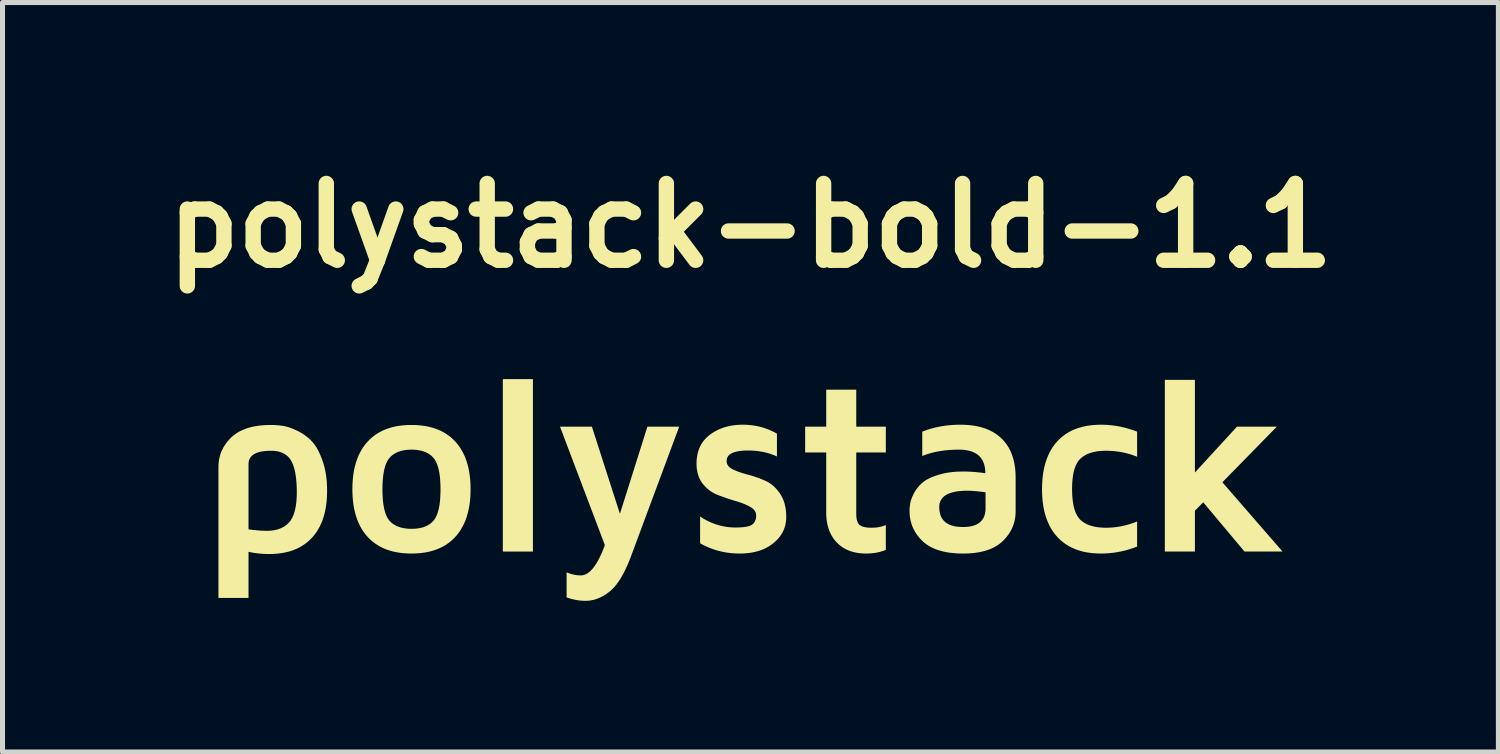
<source format=kicad_pcb>
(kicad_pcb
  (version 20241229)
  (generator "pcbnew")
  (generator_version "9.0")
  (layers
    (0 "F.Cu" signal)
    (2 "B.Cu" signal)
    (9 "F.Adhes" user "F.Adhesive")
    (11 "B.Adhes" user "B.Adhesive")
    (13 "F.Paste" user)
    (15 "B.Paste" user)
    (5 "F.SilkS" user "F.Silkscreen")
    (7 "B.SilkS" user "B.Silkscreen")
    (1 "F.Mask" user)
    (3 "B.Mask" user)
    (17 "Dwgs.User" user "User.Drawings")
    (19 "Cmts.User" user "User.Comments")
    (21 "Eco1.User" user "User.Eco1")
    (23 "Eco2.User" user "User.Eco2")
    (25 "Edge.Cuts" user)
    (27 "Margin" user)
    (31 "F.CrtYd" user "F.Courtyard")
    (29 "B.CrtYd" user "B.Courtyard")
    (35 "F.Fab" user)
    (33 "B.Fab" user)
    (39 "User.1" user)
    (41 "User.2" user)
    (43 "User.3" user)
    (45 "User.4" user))
  (footprint "polystack-bold-1.1"
    (layer "F.Cu")
    (at 11.844 6.674)
    (property "Reference" "polystack-bold-1.1" (at 0 -5.248 0) (layer "F.SilkS") (effects (font (size 1.524 1.524) (thickness 0.305))))
    (attr smd)
    (fp_poly (pts (xy -4.915 1.222) (xy -4.915 -2.2) (xy -4.318 -2.2) (xy -4.318 1.222) (xy -4.915 1.222)) (stroke (width 0) (type solid)) (fill yes) (layer "F.SilkS"))
    (fp_poly (pts (xy 8.223 1.222) (xy 8.223 -2.185) (xy 8.82 -2.185) (xy 8.82 -0.347) (xy 9.654 -1.256) (xy 10.445 -1.256) (xy 9.365 -0.153) (xy 10.559 1.222) (xy 9.804 1.222) (xy 8.985 0.245) (xy 8.82 0.412) (xy 8.82 1.222) (xy 8.223 1.222)) (stroke (width 0) (type solid)) (fill yes) (layer "F.SilkS"))
    (fp_poly (pts (xy 1.085 -0.745) (xy 1.085 -1.256) (xy 1.503 -1.256) (xy 1.503 -1.991) (xy 2.099 -1.991) (xy 2.099 -1.256) (xy 2.686 -1.256) (xy 2.686 -0.745) (xy 2.099 -0.745) (xy 2.099 0.478) (xy 2.1 0.516) (xy 2.103 0.551) (xy 2.108 0.583) (xy 2.116 0.612) (xy 2.125 0.637) (xy 2.136 0.659) (xy 2.149 0.678) (xy 2.165 0.694) (xy 2.181 0.705) (xy 2.2 0.716) (xy 2.221 0.725) (xy 2.245 0.732) (xy 2.272 0.738) (xy 2.3 0.743) (xy 2.332 0.747) (xy 2.366 0.749) (xy 2.402 0.749) (xy 2.434 0.749) (xy 2.465 0.747) (xy 2.495 0.745) (xy 2.525 0.741) (xy 2.553 0.736) (xy 2.581 0.73) (xy 2.609 0.723) (xy 2.635 0.715) (xy 2.661 0.706) (xy 2.686 0.696) (xy 2.686 1.188) (xy 2.659 1.199) (xy 2.632 1.209) (xy 2.604 1.218) (xy 2.576 1.226) (xy 2.547 1.234) (xy 2.518 1.24) (xy 2.489 1.246) (xy 2.459 1.25) (xy 2.429 1.254) (xy 2.399 1.257) (xy 2.368 1.259) (xy 2.337 1.261) (xy 2.305 1.261) (xy 2.293 1.261) (xy 2.26 1.261) (xy 2.227 1.259) (xy 2.196 1.257) (xy 2.164 1.254) (xy 2.134 1.25) (xy 2.104 1.245) (xy 2.075 1.239) (xy 2.046 1.232) (xy 2.018 1.225) (xy 1.991 1.216) (xy 1.964 1.207) (xy 1.938 1.196) (xy 1.913 1.185) (xy 1.888 1.173) (xy 1.864 1.16) (xy 1.84 1.146) (xy 1.818 1.131) (xy 1.795 1.115) (xy 1.774 1.098) (xy 1.753 1.081) (xy 1.733 1.062) (xy 1.714 1.043) (xy 1.696 1.024) (xy 1.678 1.004) (xy 1.662 0.983) (xy 1.646 0.962) (xy 1.632 0.94) (xy 1.618 0.918) (xy 1.605 0.895) (xy 1.592 0.871) (xy 1.581 0.847) (xy 1.57 0.822) (xy 1.56 0.796) (xy 1.551 0.77) (xy 1.542 0.743) (xy 1.535 0.716) (xy 1.528 0.688) (xy 1.522 0.659) (xy 1.517 0.63) (xy 1.512 0.6) (xy 1.509 0.57) (xy 1.506 0.539) (xy 1.504 0.507) (xy 1.503 0.474) (xy 1.503 0.441) (xy 1.503 -0.745) (xy 1.085 -0.745)) (stroke (width 0) (type solid)) (fill yes) (layer "F.SilkS"))
    (fp_poly (pts (xy -3.78 -1.256) (xy -3.147 -1.256) (xy -2.591 0.473) (xy -2.046 -1.256) (xy -1.415 -1.256) (xy -2.359 1.283) (xy -2.372 1.32) (xy -2.386 1.356) (xy -2.4 1.391) (xy -2.414 1.425) (xy -2.428 1.459) (xy -2.442 1.492) (xy -2.457 1.523) (xy -2.471 1.554) (xy -2.485 1.585) (xy -2.5 1.614) (xy -2.514 1.642) (xy -2.529 1.67) (xy -2.544 1.697) (xy -2.559 1.723) (xy -2.573 1.748) (xy -2.588 1.772) (xy -2.603 1.795) (xy -2.619 1.818) (xy -2.634 1.84) (xy -2.649 1.861) (xy -2.664 1.881) (xy -2.68 1.9) (xy -2.695 1.918) (xy -2.711 1.936) (xy -2.727 1.952) (xy -2.743 1.968) (xy -2.758 1.983) (xy -2.774 1.997) (xy -2.79 2.011) (xy -2.816 2.031) (xy -2.842 2.05) (xy -2.868 2.068) (xy -2.895 2.085) (xy -2.921 2.101) (xy -2.947 2.116) (xy -2.974 2.129) (xy -3.001 2.141) (xy -3.027 2.152) (xy -3.054 2.162) (xy -3.081 2.171) (xy -3.108 2.179) (xy -3.136 2.185) (xy -3.163 2.19) (xy -3.19 2.195) (xy -3.218 2.197) (xy -3.245 2.199) (xy -3.273 2.2) (xy -3.301 2.199) (xy -3.33 2.198) (xy -3.358 2.196) (xy -3.387 2.193) (xy -3.416 2.19) (xy -3.445 2.185) (xy -3.474 2.18) (xy -3.503 2.174) (xy -3.532 2.167) (xy -3.561 2.16) (xy -3.59 2.151) (xy -3.62 2.142) (xy -3.649 2.132) (xy -3.649 1.635) (xy -3.62 1.646) (xy -3.592 1.656) (xy -3.564 1.666) (xy -3.535 1.673) (xy -3.507 1.68) (xy -3.479 1.686) (xy -3.451 1.69) (xy -3.423 1.693) (xy -3.395 1.695) (xy -3.368 1.695) (xy -3.35 1.695) (xy -3.332 1.692) (xy -3.315 1.689) (xy -3.297 1.684) (xy -3.28 1.677) (xy -3.263 1.67) (xy -3.246 1.66) (xy -3.229 1.65) (xy -3.212 1.637) (xy -3.195 1.624) (xy -3.178 1.609) (xy -3.161 1.592) (xy -3.144 1.574) (xy -3.128 1.555) (xy -3.111 1.534) (xy -3.095 1.512) (xy -3.079 1.489) (xy -3.062 1.464) (xy -3.046 1.437) (xy -3.03 1.409) (xy -3.014 1.38) (xy -2.998 1.349) (xy -2.983 1.317) (xy -2.967 1.283) (xy -2.951 1.248) (xy -2.936 1.212) (xy -2.92 1.174) (xy -2.905 1.135) (xy -2.89 1.094) (xy -3.78 -1.256)) (stroke (width 0) (type solid)) (fill yes) (layer "F.SilkS"))
    (fp_poly (pts (xy 5.786 -0.015) (xy 5.786 -0.05) (xy 5.787 -0.085) (xy 5.788 -0.119) (xy 5.79 -0.153) (xy 5.792 -0.186) (xy 5.795 -0.219) (xy 5.798 -0.251) (xy 5.802 -0.283) (xy 5.806 -0.315) (xy 5.81 -0.346) (xy 5.816 -0.376) (xy 5.821 -0.406) (xy 5.827 -0.436) (xy 5.834 -0.465) (xy 5.841 -0.493) (xy 5.849 -0.521) (xy 5.857 -0.549) (xy 5.866 -0.576) (xy 5.875 -0.603) (xy 5.885 -0.629) (xy 5.895 -0.655) (xy 5.905 -0.68) (xy 5.917 -0.705) (xy 5.928 -0.729) (xy 5.94 -0.753) (xy 5.953 -0.776) (xy 5.966 -0.799) (xy 5.98 -0.822) (xy 5.994 -0.844) (xy 6.008 -0.865) (xy 6.023 -0.886) (xy 6.039 -0.907) (xy 6.055 -0.927) (xy 6.072 -0.946) (xy 6.089 -0.965) (xy 6.107 -0.985) (xy 6.127 -1.004) (xy 6.146 -1.023) (xy 6.166 -1.04) (xy 6.187 -1.058) (xy 6.208 -1.074) (xy 6.229 -1.09) (xy 6.251 -1.106) (xy 6.274 -1.121) (xy 6.297 -1.135) (xy 6.32 -1.149) (xy 6.344 -1.162) (xy 6.368 -1.174) (xy 6.393 -1.186) (xy 6.419 -1.197) (xy 6.444 -1.208) (xy 6.471 -1.218) (xy 6.497 -1.227) (xy 6.525 -1.236) (xy 6.553 -1.244) (xy 6.581 -1.252) (xy 6.609 -1.258) (xy 6.639 -1.265) (xy 6.668 -1.271) (xy 6.699 -1.276) (xy 6.729 -1.28) (xy 6.76 -1.284) (xy 6.792 -1.288) (xy 6.824 -1.29) (xy 6.857 -1.292) (xy 6.89 -1.294) (xy 6.923 -1.295) (xy 6.957 -1.295) (xy 6.987 -1.295) (xy 7.018 -1.294) (xy 7.048 -1.293) (xy 7.078 -1.291) (xy 7.108 -1.289) (xy 7.138 -1.286) (xy 7.168 -1.283) (xy 7.198 -1.28) (xy 7.228 -1.276) (xy 7.258 -1.271) (xy 7.288 -1.266) (xy 7.318 -1.261) (xy 7.348 -1.255) (xy 7.377 -1.248) (xy 7.407 -1.241) (xy 7.437 -1.234) (xy 7.466 -1.226) (xy 7.496 -1.217) (xy 7.526 -1.208) (xy 7.555 -1.199) (xy 7.584 -1.189) (xy 7.614 -1.179) (xy 7.643 -1.168) (xy 7.673 -1.157) (xy 7.673 -0.66) (xy 7.645 -0.671) (xy 7.616 -0.681) (xy 7.588 -0.691) (xy 7.56 -0.701) (xy 7.531 -0.71) (xy 7.503 -0.718) (xy 7.474 -0.726) (xy 7.445 -0.733) (xy 7.416 -0.74) (xy 7.386 -0.746) (xy 7.357 -0.752) (xy 7.328 -0.757) (xy 7.298 -0.761) (xy 7.268 -0.765) (xy 7.238 -0.769) (xy 7.209 -0.772) (xy 7.178 -0.774) (xy 7.148 -0.776) (xy 7.118 -0.777) (xy 7.087 -0.778) (xy 7.057 -0.779) (xy 7.021 -0.778) (xy 6.986 -0.777) (xy 6.953 -0.775) (xy 6.92 -0.772) (xy 6.889 -0.768) (xy 6.858 -0.763) (xy 6.828 -0.757) (xy 6.8 -0.751) (xy 6.772 -0.743) (xy 6.745 -0.735) (xy 6.719 -0.726) (xy 6.694 -0.716) (xy 6.67 -0.705) (xy 6.647 -0.693) (xy 6.625 -0.68) (xy 6.604 -0.667) (xy 6.584 -0.652) (xy 6.565 -0.637) (xy 6.547 -0.621) (xy 6.533 -0.606) (xy 6.519 -0.59) (xy 6.505 -0.573) (xy 6.493 -0.555) (xy 6.481 -0.535) (xy 6.47 -0.514) (xy 6.459 -0.492) (xy 6.449 -0.469) (xy 6.44 -0.444) (xy 6.431 -0.419) (xy 6.424 -0.392) (xy 6.416 -0.364) (xy 6.41 -0.334) (xy 6.404 -0.304) (xy 6.399 -0.272) (xy 6.395 -0.239) (xy 6.391 -0.204) (xy 6.388 -0.169) (xy 6.385 -0.132) (xy 6.384 -0.094) (xy 6.383 -0.055) (xy 6.382 -0.015) (xy 6.383 0.025) (xy 6.384 0.064) (xy 6.385 0.102) (xy 6.388 0.138) (xy 6.391 0.174) (xy 6.395 0.208) (xy 6.399 0.24) (xy 6.404 0.272) (xy 6.41 0.303) (xy 6.416 0.332) (xy 6.424 0.36) (xy 6.431 0.387) (xy 6.44 0.413) (xy 6.449 0.438) (xy 6.459 0.461) (xy 6.47 0.483) (xy 6.481 0.504) (xy 6.493 0.524) (xy 6.505 0.543) (xy 6.519 0.56) (xy 6.533 0.577) (xy 6.547 0.592) (xy 6.565 0.608) (xy 6.584 0.623) (xy 6.604 0.638) (xy 6.625 0.651) (xy 6.647 0.664) (xy 6.67 0.676) (xy 6.694 0.687) (xy 6.719 0.697) (xy 6.745 0.706) (xy 6.772 0.714) (xy 6.8 0.721) (xy 6.828 0.728) (xy 6.858 0.734) (xy 6.889 0.739) (xy 6.92 0.742) (xy 6.953 0.745) (xy 6.986 0.748) (xy 7.021 0.749) (xy 7.057 0.749) (xy 7.086 0.749) (xy 7.115 0.748) (xy 7.145 0.747) (xy 7.174 0.745) (xy 7.203 0.742) (xy 7.233 0.739) (xy 7.262 0.736) (xy 7.291 0.731) (xy 7.321 0.727) (xy 7.35 0.721) (xy 7.379 0.715) (xy 7.409 0.709) (xy 7.438 0.702) (xy 7.467 0.694) (xy 7.497 0.686) (xy 7.526 0.678) (xy 7.555 0.668) (xy 7.585 0.659) (xy 7.614 0.648) (xy 7.643 0.637) (xy 7.673 0.626) (xy 7.673 1.123) (xy 7.643 1.134) (xy 7.614 1.145) (xy 7.584 1.155) (xy 7.555 1.165) (xy 7.526 1.175) (xy 7.496 1.183) (xy 7.466 1.192) (xy 7.437 1.2) (xy 7.407 1.207) (xy 7.377 1.214) (xy 7.348 1.221) (xy 7.318 1.227) (xy 7.288 1.232) (xy 7.258 1.237) (xy 7.228 1.242) (xy 7.198 1.246) (xy 7.168 1.249) (xy 7.138 1.253) (xy 7.108 1.255) (xy 7.078 1.257) (xy 7.048 1.259) (xy 7.018 1.26) (xy 6.987 1.261) (xy 6.957 1.261) (xy 6.923 1.261) (xy 6.89 1.26) (xy 6.857 1.258) (xy 6.824 1.256) (xy 6.792 1.254) (xy 6.76 1.25) (xy 6.729 1.246) (xy 6.699 1.242) (xy 6.668 1.237) (xy 6.639 1.231) (xy 6.609 1.225) (xy 6.581 1.218) (xy 6.553 1.21) (xy 6.525 1.202) (xy 6.497 1.193) (xy 6.471 1.184) (xy 6.444 1.174) (xy 6.419 1.163) (xy 6.393 1.152) (xy 6.368 1.14) (xy 6.344 1.128) (xy 6.32 1.115) (xy 6.297 1.101) (xy 6.274 1.087) (xy 6.251 1.072) (xy 6.229 1.056) (xy 6.208 1.04) (xy 6.187 1.024) (xy 6.166 1.006) (xy 6.146 0.989) (xy 6.127 0.97) (xy 6.107 0.951) (xy 6.089 0.931) (xy 6.072 0.912) (xy 6.055 0.893) (xy 6.039 0.873) (xy 6.023 0.852) (xy 6.008 0.831) (xy 5.994 0.81) (xy 5.98 0.788) (xy 5.966 0.766) (xy 5.953 0.743) (xy 5.94 0.719) (xy 5.928 0.696) (xy 5.917 0.671) (xy 5.905 0.647) (xy 5.895 0.622) (xy 5.885 0.596) (xy 5.875 0.57) (xy 5.866 0.543) (xy 5.857 0.516) (xy 5.849 0.489) (xy 5.841 0.461) (xy 5.834 0.432) (xy 5.827 0.404) (xy 5.821 0.374) (xy 5.816 0.344) (xy 5.81 0.314) (xy 5.806 0.283) (xy 5.802 0.252) (xy 5.798 0.22) (xy 5.795 0.188) (xy 5.792 0.156) (xy 5.79 0.123) (xy 5.788 0.089) (xy 5.787 0.055) (xy 5.786 0.02) (xy 5.786 -0.015)) (stroke (width 0) (type solid)) (fill yes) (layer "F.SilkS"))
    (fp_poly (pts (xy -10.559 2.142) (xy -9.928 0.786) (xy -9.895 0.79) (xy -9.862 0.794) (xy -9.83 0.797) (xy -9.798 0.8) (xy -9.767 0.803) (xy -9.737 0.805) (xy -9.708 0.807) (xy -9.679 0.808) (xy -9.651 0.809) (xy -9.623 0.81) (xy -9.596 0.81) (xy -9.562 0.81) (xy -9.53 0.808) (xy -9.498 0.805) (xy -9.468 0.801) (xy -9.438 0.796) (xy -9.409 0.789) (xy -9.382 0.782) (xy -9.355 0.773) (xy -9.329 0.763) (xy -9.304 0.752) (xy -9.28 0.74) (xy -9.257 0.727) (xy -9.235 0.712) (xy -9.214 0.697) (xy -9.194 0.68) (xy -9.175 0.662) (xy -9.157 0.643) (xy -9.143 0.627) (xy -9.13 0.61) (xy -9.118 0.592) (xy -9.106 0.573) (xy -9.095 0.552) (xy -9.085 0.531) (xy -9.075 0.509) (xy -9.066 0.485) (xy -9.057 0.461) (xy -9.05 0.435) (xy -9.042 0.409) (xy -9.036 0.381) (xy -9.03 0.352) (xy -9.024 0.323) (xy -9.02 0.292) (xy -9.015 0.26) (xy -9.012 0.227) (xy -9.009 0.193) (xy -9.007 0.158) (xy -9.005 0.122) (xy -9.004 0.085) (xy -9.004 0.046) (xy -9.004 0.007) (xy -9.005 -0.031) (xy -9.006 -0.068) (xy -9.008 -0.104) (xy -9.01 -0.14) (xy -9.013 -0.174) (xy -9.016 -0.207) (xy -9.019 -0.239) (xy -9.023 -0.27) (xy -9.028 -0.301) (xy -9.033 -0.33) (xy -9.038 -0.358) (xy -9.044 -0.385) (xy -9.05 -0.411) (xy -9.057 -0.436) (xy -9.064 -0.46) (xy -9.072 -0.484) (xy -9.08 -0.506) (xy -9.089 -0.527) (xy -9.098 -0.547) (xy -9.108 -0.566) (xy -9.118 -0.584) (xy -9.132 -0.607) (xy -9.147 -0.627) (xy -9.164 -0.647) (xy -9.181 -0.665) (xy -9.2 -0.682) (xy -9.22 -0.697) (xy -9.241 -0.711) (xy -9.263 -0.724) (xy -9.286 -0.735) (xy -9.311 -0.745) (xy -9.337 -0.754) (xy -9.364 -0.762) (xy -9.392 -0.768) (xy -9.421 -0.772) (xy -9.451 -0.776) (xy -9.483 -0.778) (xy -9.516 -0.778) (xy -9.554 -0.778) (xy -9.59 -0.776) (xy -9.625 -0.774) (xy -9.658 -0.77) (xy -9.689 -0.766) (xy -9.718 -0.76) (xy -9.746 -0.754) (xy -9.772 -0.746) (xy -9.797 -0.738) (xy -9.82 -0.728) (xy -9.841 -0.717) (xy -9.86 -0.706) (xy -9.878 -0.693) (xy -9.894 -0.68) (xy -9.908 -0.665) (xy -9.921 -0.649) (xy -9.932 -0.633) (xy -9.941 -0.615) (xy -9.949 -0.596) (xy -9.955 -0.577) (xy -9.959 -0.556) (xy -9.961 -0.534) (xy -9.962 -0.512) (xy -9.962 0.781) (xy -9.962 0.781) (xy -9.928 0.786) (xy -10.559 2.142) (xy -10.559 -0.456) (xy -10.558 -0.486) (xy -10.557 -0.515) (xy -10.554 -0.544) (xy -10.551 -0.572) (xy -10.547 -0.6) (xy -10.541 -0.628) (xy -10.535 -0.655) (xy -10.528 -0.682) (xy -10.52 -0.709) (xy -10.511 -0.735) (xy -10.501 -0.761) (xy -10.489 -0.786) (xy -10.477 -0.812) (xy -10.464 -0.836) (xy -10.45 -0.861) (xy -10.436 -0.885) (xy -10.42 -0.908) (xy -10.403 -0.932) (xy -10.385 -0.955) (xy -10.366 -0.977) (xy -10.346 -1) (xy -10.326 -1.021) (xy -10.304 -1.043) (xy -10.286 -1.06) (xy -10.267 -1.076) (xy -10.248 -1.091) (xy -10.228 -1.106) (xy -10.207 -1.121) (xy -10.186 -1.135) (xy -10.164 -1.148) (xy -10.141 -1.161) (xy -10.118 -1.173) (xy -10.094 -1.184) (xy -10.07 -1.195) (xy -10.044 -1.205) (xy -10.019 -1.215) (xy -9.992 -1.224) (xy -9.965 -1.233) (xy -9.937 -1.241) (xy -9.908 -1.248) (xy -9.879 -1.255) (xy -9.85 -1.261) (xy -9.819 -1.266) (xy -9.788 -1.271) (xy -9.756 -1.276) (xy -9.724 -1.28) (xy -9.691 -1.283) (xy -9.657 -1.286) (xy -9.623 -1.288) (xy -9.588 -1.289) (xy -9.552 -1.29) (xy -9.516 -1.29) (xy -9.485 -1.29) (xy -9.454 -1.289) (xy -9.423 -1.288) (xy -9.393 -1.285) (xy -9.362 -1.283) (xy -9.332 -1.279) (xy -9.301 -1.275) (xy -9.271 -1.271) (xy -9.246 -1.266) (xy -9.22 -1.26) (xy -9.193 -1.253) (xy -9.165 -1.245) (xy -9.137 -1.236) (xy -9.108 -1.225) (xy -9.078 -1.213) (xy -9.047 -1.199) (xy -9.015 -1.185) (xy -8.982 -1.169) (xy -8.955 -1.155) (xy -8.928 -1.14) (xy -8.902 -1.125) (xy -8.876 -1.109) (xy -8.851 -1.092) (xy -8.827 -1.074) (xy -8.804 -1.056) (xy -8.781 -1.037) (xy -8.759 -1.018) (xy -8.737 -0.998) (xy -8.716 -0.977) (xy -8.696 -0.955) (xy -8.68 -0.937) (xy -8.665 -0.918) (xy -8.65 -0.898) (xy -8.635 -0.877) (xy -8.62 -0.854) (xy -8.606 -0.831) (xy -8.592 -0.806) (xy -8.578 -0.781) (xy -8.565 -0.754) (xy -8.552 -0.726) (xy -8.539 -0.697) (xy -8.526 -0.667) (xy -8.514 -0.636) (xy -8.502 -0.603) (xy -8.49 -0.57) (xy -8.481 -0.544) (xy -8.473 -0.519) (xy -8.466 -0.492) (xy -8.458 -0.466) (xy -8.452 -0.439) (xy -8.445 -0.411) (xy -8.44 -0.383) (xy -8.434 -0.355) (xy -8.429 -0.327) (xy -8.424 -0.298) (xy -8.42 -0.268) (xy -8.417 -0.238) (xy -8.413 -0.208) (xy -8.41 -0.177) (xy -8.408 -0.146) (xy -8.406 -0.115) (xy -8.405 -0.083) (xy -8.403 -0.051) (xy -8.403 -0.018) (xy -8.403 0.015) (xy -8.403 0.05) (xy -8.404 0.085) (xy -8.405 0.119) (xy -8.407 0.153) (xy -8.409 0.187) (xy -8.412 0.22) (xy -8.415 0.252) (xy -8.419 0.284) (xy -8.424 0.316) (xy -8.428 0.347) (xy -8.434 0.378) (xy -8.44 0.408) (xy -8.446 0.437) (xy -8.453 0.466) (xy -8.461 0.495) (xy -8.469 0.523) (xy -8.477 0.551) (xy -8.486 0.578) (xy -8.496 0.604) (xy -8.506 0.631) (xy -8.516 0.656) (xy -8.528 0.682) (xy -8.539 0.706) (xy -8.551 0.731) (xy -8.564 0.754) (xy -8.577 0.777) (xy -8.591 0.8) (xy -8.605 0.823) (xy -8.62 0.844) (xy -8.635 0.866) (xy -8.651 0.886) (xy -8.667 0.907) (xy -8.684 0.927) (xy -8.701 0.946) (xy -8.719 0.965) (xy -8.738 0.984) (xy -8.757 1.002) (xy -8.777 1.02) (xy -8.797 1.037) (xy -8.818 1.053) (xy -8.839 1.069) (xy -8.861 1.084) (xy -8.883 1.099) (xy -8.905 1.113) (xy -8.928 1.127) (xy -8.952 1.139) (xy -8.976 1.152) (xy -9 1.163) (xy -9.025 1.174) (xy -9.051 1.185) (xy -9.077 1.195) (xy -9.103 1.204) (xy -9.13 1.213) (xy -9.157 1.221) (xy -9.185 1.228) (xy -9.213 1.235) (xy -9.242 1.241) (xy -9.271 1.247) (xy -9.3 1.252) (xy -9.331 1.256) (xy -9.361 1.26) (xy -9.392 1.264) (xy -9.424 1.266) (xy -9.456 1.268) (xy -9.488 1.27) (xy -9.521 1.271) (xy -9.555 1.271) (xy -9.584 1.271) (xy -9.614 1.27) (xy -9.644 1.269) (xy -9.673 1.267) (xy -9.702 1.265) (xy -9.732 1.263) (xy -9.761 1.26) (xy -9.79 1.257) (xy -9.819 1.253) (xy -9.848 1.249) (xy -9.876 1.244) (xy -9.905 1.239) (xy -9.934 1.233) (xy -9.962 1.227) (xy -9.962 2.142) (xy -10.559 2.142) (xy -10.559 2.142)) (stroke (width 0) (type solid)) (fill yes) (layer "F.SilkS"))
    (fp_poly (pts (xy -1.071 -0.521) (xy -1.07 -0.554) (xy -1.069 -0.585) (xy -1.066 -0.616) (xy -1.063 -0.646) (xy -1.058 -0.676) (xy -1.053 -0.704) (xy -1.047 -0.733) (xy -1.039 -0.76) (xy -1.031 -0.787) (xy -1.021 -0.813) (xy -1.011 -0.839) (xy -0.999 -0.864) (xy -0.987 -0.888) (xy -0.974 -0.911) (xy -0.959 -0.934) (xy -0.944 -0.957) (xy -0.928 -0.978) (xy -0.91 -0.999) (xy -0.892 -1.019) (xy -0.873 -1.039) (xy -0.852 -1.058) (xy -0.831 -1.076) (xy -0.809 -1.094) (xy -0.787 -1.11) (xy -0.764 -1.126) (xy -0.741 -1.141) (xy -0.717 -1.155) (xy -0.693 -1.169) (xy -0.669 -1.182) (xy -0.644 -1.194) (xy -0.618 -1.206) (xy -0.593 -1.217) (xy -0.566 -1.227) (xy -0.54 -1.236) (xy -0.512 -1.245) (xy -0.485 -1.253) (xy -0.457 -1.26) (xy -0.428 -1.267) (xy -0.399 -1.273) (xy -0.37 -1.278) (xy -0.34 -1.283) (xy -0.31 -1.286) (xy -0.279 -1.29) (xy -0.248 -1.292) (xy -0.216 -1.294) (xy -0.184 -1.295) (xy -0.152 -1.295) (xy -0.121 -1.295) (xy -0.091 -1.294) (xy -0.06 -1.292) (xy -0.03 -1.29) (xy -0.001 -1.287) (xy 0.029 -1.284) (xy 0.058 -1.28) (xy 0.087 -1.275) (xy 0.116 -1.27) (xy 0.145 -1.264) (xy 0.174 -1.258) (xy 0.202 -1.251) (xy 0.23 -1.243) (xy 0.258 -1.235) (xy 0.286 -1.226) (xy 0.313 -1.216) (xy 0.34 -1.206) (xy 0.367 -1.196) (xy 0.394 -1.184) (xy 0.421 -1.172) (xy 0.447 -1.16) (xy 0.473 -1.146) (xy 0.499 -1.133) (xy 0.525 -1.118) (xy 0.525 -0.665) (xy 0.5 -0.676) (xy 0.474 -0.687) (xy 0.448 -0.698) (xy 0.421 -0.707) (xy 0.395 -0.717) (xy 0.368 -0.725) (xy 0.34 -0.733) (xy 0.312 -0.741) (xy 0.284 -0.747) (xy 0.256 -0.754) (xy 0.227 -0.759) (xy 0.198 -0.764) (xy 0.168 -0.769) (xy 0.139 -0.773) (xy 0.109 -0.776) (xy 0.078 -0.779) (xy 0.047 -0.781) (xy 0.016 -0.782) (xy -0.015 -0.783) (xy -0.047 -0.783) (xy -0.087 -0.783) (xy -0.125 -0.782) (xy -0.161 -0.779) (xy -0.194 -0.776) (xy -0.226 -0.772) (xy -0.256 -0.766) (xy -0.284 -0.76) (xy -0.311 -0.753) (xy -0.335 -0.745) (xy -0.357 -0.736) (xy -0.377 -0.726) (xy -0.396 -0.715) (xy -0.412 -0.703) (xy -0.427 -0.691) (xy -0.439 -0.677) (xy -0.45 -0.662) (xy -0.459 -0.647) (xy -0.465 -0.63) (xy -0.47 -0.613) (xy -0.473 -0.594) (xy -0.474 -0.575) (xy -0.472 -0.549) (xy -0.467 -0.525) (xy -0.457 -0.503) (xy -0.444 -0.481) (xy -0.427 -0.462) (xy -0.406 -0.443) (xy -0.381 -0.426) (xy -0.353 -0.41) (xy -0.33 -0.399) (xy -0.307 -0.389) (xy -0.283 -0.379) (xy -0.258 -0.369) (xy -0.232 -0.359) (xy -0.205 -0.35) (xy -0.177 -0.341) (xy -0.148 -0.332) (xy -0.119 -0.323) (xy -0.088 -0.314) (xy -0.057 -0.306) (xy -0.028 -0.298) (xy 0.001 -0.29) (xy 0.03 -0.282) (xy 0.059 -0.273) (xy 0.088 -0.263) (xy 0.117 -0.253) (xy 0.146 -0.243) (xy 0.175 -0.232) (xy 0.204 -0.221) (xy 0.232 -0.209) (xy 0.261 -0.197) (xy 0.29 -0.184) (xy 0.315 -0.173) (xy 0.339 -0.161) (xy 0.362 -0.147) (xy 0.385 -0.133) (xy 0.408 -0.117) (xy 0.43 -0.1) (xy 0.451 -0.082) (xy 0.472 -0.064) (xy 0.492 -0.044) (xy 0.512 -0.022) (xy 0.531 -0.000319) (xy 0.55 0.023) (xy 0.568 0.047) (xy 0.586 0.073) (xy 0.6 0.094) (xy 0.613 0.117) (xy 0.626 0.14) (xy 0.637 0.164) (xy 0.648 0.188) (xy 0.658 0.214) (xy 0.667 0.239) (xy 0.675 0.266) (xy 0.682 0.293) (xy 0.688 0.321) (xy 0.694 0.35) (xy 0.699 0.379) (xy 0.703 0.409) (xy 0.706 0.44) (xy 0.708 0.471) (xy 0.709 0.503) (xy 0.709 0.536) (xy 0.709 0.566) (xy 0.707 0.595) (xy 0.704 0.623) (xy 0.7 0.651) (xy 0.695 0.679) (xy 0.689 0.706) (xy 0.681 0.733) (xy 0.672 0.759) (xy 0.663 0.785) (xy 0.652 0.81) (xy 0.64 0.834) (xy 0.626 0.859) (xy 0.612 0.882) (xy 0.596 0.906) (xy 0.579 0.929) (xy 0.562 0.951) (xy 0.543 0.973) (xy 0.522 0.994) (xy 0.501 1.015) (xy 0.478 1.035) (xy 0.455 1.055) (xy 0.433 1.072) (xy 0.412 1.088) (xy 0.389 1.103) (xy 0.366 1.118) (xy 0.342 1.132) (xy 0.318 1.145) (xy 0.294 1.158) (xy 0.268 1.17) (xy 0.242 1.181) (xy 0.216 1.191) (xy 0.189 1.201) (xy 0.161 1.21) (xy 0.133 1.218) (xy 0.104 1.225) (xy 0.075 1.232) (xy 0.045 1.238) (xy 0.015 1.244) (xy -0.016 1.248) (xy -0.048 1.252) (xy -0.08 1.255) (xy -0.113 1.258) (xy -0.146 1.26) (xy -0.18 1.261) (xy -0.215 1.261) (xy -0.245 1.261) (xy -0.275 1.26) (xy -0.305 1.259) (xy -0.335 1.257) (xy -0.365 1.255) (xy -0.394 1.252) (xy -0.424 1.248) (xy -0.453 1.245) (xy -0.482 1.24) (xy -0.511 1.235) (xy -0.54 1.23) (xy -0.568 1.224) (xy -0.596 1.217) (xy -0.625 1.21) (xy -0.653 1.203) (xy -0.68 1.195) (xy -0.708 1.186) (xy -0.735 1.177) (xy -0.763 1.167) (xy -0.79 1.157) (xy -0.817 1.147) (xy -0.844 1.135) (xy -0.87 1.124) (xy -0.897 1.111) (xy -0.923 1.099) (xy -0.949 1.086) (xy -0.975 1.072) (xy -1 1.057) (xy -1 0.526) (xy -0.974 0.543) (xy -0.948 0.56) (xy -0.921 0.576) (xy -0.895 0.591) (xy -0.868 0.605) (xy -0.841 0.619) (xy -0.813 0.631) (xy -0.786 0.644) (xy -0.759 0.655) (xy -0.731 0.666) (xy -0.703 0.676) (xy -0.676 0.686) (xy -0.647 0.694) (xy -0.619 0.702) (xy -0.591 0.71) (xy -0.562 0.716) (xy -0.534 0.722) (xy -0.505 0.727) (xy -0.476 0.732) (xy -0.447 0.736) (xy -0.418 0.739) (xy -0.389 0.741) (xy -0.359 0.743) (xy -0.329 0.744) (xy -0.3 0.745) (xy -0.258 0.744) (xy -0.219 0.743) (xy -0.182 0.741) (xy -0.148 0.738) (xy -0.116 0.734) (xy -0.087 0.73) (xy -0.061 0.725) (xy -0.037 0.719) (xy -0.015 0.712) (xy 0.004 0.704) (xy 0.021 0.696) (xy 0.035 0.686) (xy 0.053 0.67) (xy 0.069 0.652) (xy 0.082 0.633) (xy 0.093 0.611) (xy 0.102 0.588) (xy 0.108 0.563) (xy 0.112 0.536) (xy 0.113 0.507) (xy 0.111 0.483) (xy 0.107 0.461) (xy 0.099 0.439) (xy 0.088 0.418) (xy 0.075 0.399) (xy 0.058 0.381) (xy 0.038 0.364) (xy 0.015 0.347) (xy -0.011 0.332) (xy -0.033 0.32) (xy -0.057 0.308) (xy -0.081 0.297) (xy -0.106 0.285) (xy -0.132 0.275) (xy -0.159 0.264) (xy -0.187 0.254) (xy -0.216 0.244) (xy -0.245 0.234) (xy -0.275 0.225) (xy -0.307 0.216) (xy -0.336 0.207) (xy -0.364 0.198) (xy -0.393 0.189) (xy -0.422 0.18) (xy -0.451 0.17) (xy -0.48 0.161) (xy -0.509 0.151) (xy -0.537 0.14) (xy -0.566 0.13) (xy -0.595 0.119) (xy -0.625 0.108) (xy -0.654 0.097) (xy -0.68 0.086) (xy -0.705 0.074) (xy -0.731 0.061) (xy -0.755 0.047) (xy -0.779 0.032) (xy -0.802 0.016) (xy -0.825 -0.001) (xy -0.847 -0.02) (xy -0.869 -0.039) (xy -0.89 -0.059) (xy -0.91 -0.08) (xy -0.93 -0.103) (xy -0.95 -0.126) (xy -0.965 -0.147) (xy -0.98 -0.17) (xy -0.993 -0.192) (xy -1.006 -0.216) (xy -1.017 -0.24) (xy -1.027 -0.265) (xy -1.036 -0.291) (xy -1.044 -0.317) (xy -1.051 -0.344) (xy -1.057 -0.372) (xy -1.062 -0.4) (xy -1.066 -0.43) (xy -1.069 -0.46) (xy -1.07 -0.49) (xy -1.071 -0.521)) (stroke (width 0) (type solid)) (fill yes) (layer "F.SilkS"))
    (fp_poly (pts (xy 3.157 0.412) (xy 3.746 0.337) (xy 3.747 0.365) (xy 3.748 0.392) (xy 3.751 0.418) (xy 3.756 0.443) (xy 3.761 0.466) (xy 3.767 0.489) (xy 3.775 0.511) (xy 3.784 0.532) (xy 3.794 0.552) (xy 3.806 0.571) (xy 3.818 0.588) (xy 3.832 0.605) (xy 3.847 0.621) (xy 3.863 0.635) (xy 3.88 0.649) (xy 3.899 0.662) (xy 3.918 0.673) (xy 3.939 0.684) (xy 3.961 0.694) (xy 3.985 0.702) (xy 4.009 0.71) (xy 4.035 0.717) (xy 4.062 0.722) (xy 4.09 0.727) (xy 4.119 0.73) (xy 4.15 0.733) (xy 4.181 0.734) (xy 4.214 0.735) (xy 4.219 0.735) (xy 4.251 0.734) (xy 4.283 0.733) (xy 4.313 0.73) (xy 4.341 0.727) (xy 4.369 0.722) (xy 4.395 0.716) (xy 4.42 0.71) (xy 4.444 0.702) (xy 4.467 0.693) (xy 4.488 0.683) (xy 4.508 0.672) (xy 4.527 0.661) (xy 4.545 0.648) (xy 4.562 0.634) (xy 4.577 0.619) (xy 4.591 0.603) (xy 4.604 0.586) (xy 4.616 0.568) (xy 4.626 0.549) (xy 4.635 0.529) (xy 4.643 0.507) (xy 4.65 0.485) (xy 4.655 0.462) (xy 4.66 0.438) (xy 4.663 0.413) (xy 4.665 0.386) (xy 4.665 0.359) (xy 4.665 0.046) (xy 4.631 0.041) (xy 4.597 0.037) (xy 4.565 0.033) (xy 4.533 0.03) (xy 4.502 0.026) (xy 4.472 0.024) (xy 4.442 0.021) (xy 4.414 0.019) (xy 4.386 0.017) (xy 4.36 0.016) (xy 4.334 0.015) (xy 4.309 0.015) (xy 4.271 0.015) (xy 4.234 0.016) (xy 4.199 0.018) (xy 4.165 0.021) (xy 4.132 0.024) (xy 4.101 0.028) (xy 4.071 0.033) (xy 4.042 0.039) (xy 4.015 0.046) (xy 3.989 0.053) (xy 3.964 0.061) (xy 3.94 0.07) (xy 3.918 0.079) (xy 3.898 0.09) (xy 3.878 0.101) (xy 3.86 0.113) (xy 3.843 0.125) (xy 3.828 0.139) (xy 3.814 0.153) (xy 3.801 0.168) (xy 3.79 0.184) (xy 3.78 0.2) (xy 3.771 0.218) (xy 3.763 0.236) (xy 3.757 0.254) (xy 3.752 0.274) (xy 3.749 0.294) (xy 3.747 0.315) (xy 3.746 0.337) (xy 3.746 0.337) (xy 3.157 0.412) (xy 3.157 0.382) (xy 3.159 0.352) (xy 3.162 0.321) (xy 3.166 0.29) (xy 3.171 0.259) (xy 3.176 0.236) (xy 3.183 0.211) (xy 3.192 0.184) (xy 3.203 0.155) (xy 3.215 0.125) (xy 3.23 0.094) (xy 3.246 0.061) (xy 3.261 0.035) (xy 3.277 0.009) (xy 3.293 -0.015) (xy 3.311 -0.039) (xy 3.33 -0.062) (xy 3.35 -0.085) (xy 3.371 -0.107) (xy 3.393 -0.128) (xy 3.416 -0.148) (xy 3.435 -0.163) (xy 3.455 -0.177) (xy 3.476 -0.191) (xy 3.499 -0.205) (xy 3.523 -0.218) (xy 3.548 -0.231) (xy 3.575 -0.244) (xy 3.604 -0.256) (xy 3.633 -0.268) (xy 3.665 -0.279) (xy 3.697 -0.29) (xy 3.731 -0.301) (xy 3.756 -0.308) (xy 3.782 -0.315) (xy 3.807 -0.322) (xy 3.834 -0.328) (xy 3.861 -0.334) (xy 3.888 -0.339) (xy 3.916 -0.344) (xy 3.944 -0.348) (xy 3.973 -0.352) (xy 4.003 -0.355) (xy 4.033 -0.358) (xy 4.063 -0.361) (xy 4.094 -0.363) (xy 4.126 -0.364) (xy 4.158 -0.365) (xy 4.191 -0.366) (xy 4.224 -0.366) (xy 4.251 -0.366) (xy 4.279 -0.366) (xy 4.306 -0.365) (xy 4.334 -0.364) (xy 4.363 -0.362) (xy 4.391 -0.361) (xy 4.42 -0.359) (xy 4.449 -0.357) (xy 4.479 -0.354) (xy 4.508 -0.351) (xy 4.538 -0.348) (xy 4.568 -0.345) (xy 4.599 -0.341) (xy 4.629 -0.337) (xy 4.66 -0.332) (xy 4.66 -0.36) (xy 4.658 -0.387) (xy 4.656 -0.414) (xy 4.653 -0.439) (xy 4.648 -0.463) (xy 4.643 -0.487) (xy 4.637 -0.51) (xy 4.629 -0.532) (xy 4.621 -0.553) (xy 4.612 -0.573) (xy 4.602 -0.592) (xy 4.591 -0.611) (xy 4.579 -0.628) (xy 4.566 -0.645) (xy 4.552 -0.661) (xy 4.537 -0.676) (xy 4.521 -0.69) (xy 4.504 -0.704) (xy 4.486 -0.716) (xy 4.467 -0.728) (xy 4.447 -0.738) (xy 4.426 -0.748) (xy 4.405 -0.757) (xy 4.382 -0.766) (xy 4.358 -0.773) (xy 4.334 -0.779) (xy 4.308 -0.785) (xy 4.281 -0.79) (xy 4.254 -0.794) (xy 4.225 -0.797) (xy 4.196 -0.799) (xy 4.165 -0.8) (xy 4.134 -0.8) (xy 4.101 -0.8) (xy 4.068 -0.8) (xy 4.035 -0.799) (xy 4.003 -0.797) (xy 3.972 -0.795) (xy 3.94 -0.793) (xy 3.909 -0.79) (xy 3.878 -0.787) (xy 3.848 -0.784) (xy 3.818 -0.78) (xy 3.788 -0.776) (xy 3.759 -0.771) (xy 3.73 -0.766) (xy 3.701 -0.761) (xy 3.673 -0.755) (xy 3.645 -0.749) (xy 3.617 -0.742) (xy 3.59 -0.735) (xy 3.563 -0.728) (xy 3.536 -0.72) (xy 3.51 -0.711) (xy 3.484 -0.703) (xy 3.459 -0.694) (xy 3.434 -0.684) (xy 3.409 -0.674) (xy 3.409 -1.157) (xy 3.435 -1.167) (xy 3.462 -1.177) (xy 3.489 -1.187) (xy 3.516 -1.196) (xy 3.543 -1.205) (xy 3.571 -1.213) (xy 3.598 -1.221) (xy 3.626 -1.229) (xy 3.655 -1.236) (xy 3.683 -1.243) (xy 3.712 -1.249) (xy 3.741 -1.255) (xy 3.77 -1.261) (xy 3.799 -1.266) (xy 3.828 -1.27) (xy 3.858 -1.275) (xy 3.888 -1.279) (xy 3.918 -1.282) (xy 3.949 -1.285) (xy 3.979 -1.288) (xy 4.01 -1.29) (xy 4.041 -1.292) (xy 4.073 -1.293) (xy 4.104 -1.294) (xy 4.136 -1.295) (xy 4.168 -1.295) (xy 4.203 -1.295) (xy 4.238 -1.294) (xy 4.272 -1.292) (xy 4.305 -1.29) (xy 4.338 -1.288) (xy 4.37 -1.284) (xy 4.402 -1.28) (xy 4.433 -1.276) (xy 4.464 -1.271) (xy 4.494 -1.265) (xy 4.524 -1.259) (xy 4.553 -1.252) (xy 4.581 -1.244) (xy 4.609 -1.236) (xy 4.637 -1.227) (xy 4.663 -1.218) (xy 4.69 -1.208) (xy 4.715 -1.197) (xy 4.741 -1.186) (xy 4.765 -1.174) (xy 4.789 -1.162) (xy 4.813 -1.149) (xy 4.836 -1.135) (xy 4.858 -1.121) (xy 4.88 -1.107) (xy 4.901 -1.091) (xy 4.922 -1.075) (xy 4.942 -1.059) (xy 4.961 -1.041) (xy 4.98 -1.024) (xy 4.999 -1.005) (xy 5.017 -0.987) (xy 5.034 -0.967) (xy 5.05 -0.947) (xy 5.066 -0.927) (xy 5.082 -0.906) (xy 5.096 -0.885) (xy 5.11 -0.863) (xy 5.124 -0.84) (xy 5.137 -0.817) (xy 5.149 -0.793) (xy 5.161 -0.769) (xy 5.171 -0.745) (xy 5.182 -0.719) (xy 5.191 -0.694) (xy 5.201 -0.667) (xy 5.209 -0.641) (xy 5.217 -0.613) (xy 5.224 -0.585) (xy 5.231 -0.557) (xy 5.236 -0.528) (xy 5.242 -0.498) (xy 5.246 -0.468) (xy 5.251 -0.438) (xy 5.254 -0.406) (xy 5.257 -0.375) (xy 5.259 -0.342) (xy 5.261 -0.31) (xy 5.261 -0.276) (xy 5.262 -0.243) (xy 5.262 0.427) (xy 5.261 0.456) (xy 5.26 0.486) (xy 5.257 0.514) (xy 5.254 0.543) (xy 5.25 0.571) (xy 5.244 0.599) (xy 5.238 0.626) (xy 5.231 0.653) (xy 5.222 0.68) (xy 5.213 0.706) (xy 5.203 0.732) (xy 5.192 0.758) (xy 5.18 0.783) (xy 5.167 0.808) (xy 5.152 0.833) (xy 5.137 0.857) (xy 5.121 0.881) (xy 5.104 0.904) (xy 5.086 0.927) (xy 5.067 0.95) (xy 5.047 0.972) (xy 5.027 0.995) (xy 5.005 1.016) (xy 4.987 1.033) (xy 4.968 1.049) (xy 4.949 1.064) (xy 4.929 1.079) (xy 4.909 1.093) (xy 4.887 1.107) (xy 4.866 1.12) (xy 4.843 1.133) (xy 4.82 1.145) (xy 4.796 1.156) (xy 4.772 1.167) (xy 4.747 1.177) (xy 4.721 1.187) (xy 4.694 1.196) (xy 4.667 1.204) (xy 4.64 1.212) (xy 4.611 1.219) (xy 4.582 1.226) (xy 4.552 1.232) (xy 4.522 1.238) (xy 4.491 1.243) (xy 4.459 1.247) (xy 4.427 1.251) (xy 4.394 1.254) (xy 4.36 1.257) (xy 4.326 1.259) (xy 4.291 1.26) (xy 4.255 1.261) (xy 4.219 1.261) (xy 4.183 1.261) (xy 4.147 1.26) (xy 4.113 1.259) (xy 4.078 1.257) (xy 4.045 1.254) (xy 4.012 1.251) (xy 3.98 1.248) (xy 3.948 1.244) (xy 3.917 1.239) (xy 3.887 1.234) (xy 3.857 1.228) (xy 3.828 1.222) (xy 3.8 1.215) (xy 3.772 1.207) (xy 3.745 1.199) (xy 3.718 1.191) (xy 3.692 1.182) (xy 3.667 1.172) (xy 3.642 1.162) (xy 3.618 1.151) (xy 3.595 1.14) (xy 3.572 1.128) (xy 3.55 1.116) (xy 3.529 1.103) (xy 3.508 1.089) (xy 3.488 1.075) (xy 3.468 1.061) (xy 3.45 1.046) (xy 3.431 1.03) (xy 3.414 1.014) (xy 3.392 0.992) (xy 3.371 0.97) (xy 3.351 0.947) (xy 3.332 0.925) (xy 3.314 0.901) (xy 3.297 0.877) (xy 3.281 0.853) (xy 3.266 0.829) (xy 3.252 0.804) (xy 3.239 0.778) (xy 3.227 0.753) (xy 3.215 0.727) (xy 3.205 0.7) (xy 3.196 0.673) (xy 3.188 0.646) (xy 3.18 0.618) (xy 3.174 0.59) (xy 3.169 0.561) (xy 3.164 0.532) (xy 3.161 0.503) (xy 3.159 0.473) (xy 3.157 0.443) (xy 3.157 0.412) (xy 3.157 0.412)) (stroke (width 0) (type solid)) (fill yes) (layer "F.SilkS"))
    (fp_poly (pts (xy -7.597 0.931) (xy -7.262 -0.428) (xy -7.269 -0.4) (xy -7.275 -0.371) (xy -7.28 -0.341) (xy -7.285 -0.309) (xy -7.29 -0.276) (xy -7.293 -0.242) (xy -7.297 -0.207) (xy -7.299 -0.171) (xy -7.301 -0.133) (xy -7.303 -0.094) (xy -7.304 -0.054) (xy -7.304 -0.012) (xy -7.304 0.029) (xy -7.303 0.069) (xy -7.301 0.108) (xy -7.299 0.146) (xy -7.297 0.182) (xy -7.293 0.217) (xy -7.29 0.251) (xy -7.285 0.284) (xy -7.28 0.315) (xy -7.275 0.345) (xy -7.269 0.374) (xy -7.262 0.402) (xy -7.255 0.428) (xy -7.247 0.454) (xy -7.239 0.478) (xy -7.23 0.5) (xy -7.22 0.522) (xy -7.21 0.542) (xy -7.199 0.561) (xy -7.188 0.579) (xy -7.176 0.596) (xy -7.163 0.611) (xy -7.146 0.629) (xy -7.128 0.647) (xy -7.108 0.663) (xy -7.088 0.678) (xy -7.066 0.691) (xy -7.044 0.704) (xy -7.02 0.716) (xy -6.995 0.726) (xy -6.97 0.736) (xy -6.943 0.744) (xy -6.915 0.751) (xy -6.886 0.757) (xy -6.856 0.762) (xy -6.826 0.766) (xy -6.794 0.769) (xy -6.761 0.771) (xy -6.727 0.771) (xy -6.693 0.771) (xy -6.66 0.769) (xy -6.628 0.766) (xy -6.597 0.762) (xy -6.567 0.757) (xy -6.539 0.751) (xy -6.511 0.744) (xy -6.484 0.736) (xy -6.459 0.726) (xy -6.434 0.716) (xy -6.411 0.704) (xy -6.389 0.691) (xy -6.367 0.678) (xy -6.347 0.663) (xy -6.328 0.647) (xy -6.31 0.629) (xy -6.293 0.611) (xy -6.28 0.596) (xy -6.268 0.579) (xy -6.257 0.561) (xy -6.246 0.542) (xy -6.236 0.522) (xy -6.226 0.5) (xy -6.217 0.478) (xy -6.209 0.454) (xy -6.201 0.428) (xy -6.194 0.402) (xy -6.187 0.374) (xy -6.181 0.345) (xy -6.175 0.315) (xy -6.17 0.284) (xy -6.166 0.251) (xy -6.162 0.217) (xy -6.159 0.182) (xy -6.157 0.146) (xy -6.155 0.108) (xy -6.153 0.069) (xy -6.152 0.029) (xy -6.152 -0.012) (xy -6.152 -0.054) (xy -6.153 -0.094) (xy -6.155 -0.133) (xy -6.157 -0.171) (xy -6.159 -0.207) (xy -6.162 -0.242) (xy -6.166 -0.276) (xy -6.17 -0.309) (xy -6.175 -0.341) (xy -6.181 -0.371) (xy -6.187 -0.4) (xy -6.194 -0.428) (xy -6.201 -0.455) (xy -6.209 -0.48) (xy -6.217 -0.504) (xy -6.226 -0.527) (xy -6.236 -0.548) (xy -6.246 -0.569) (xy -6.257 -0.588) (xy -6.268 -0.606) (xy -6.28 -0.622) (xy -6.293 -0.638) (xy -6.31 -0.656) (xy -6.328 -0.674) (xy -6.347 -0.69) (xy -6.367 -0.705) (xy -6.389 -0.719) (xy -6.411 -0.732) (xy -6.434 -0.744) (xy -6.459 -0.755) (xy -6.484 -0.764) (xy -6.511 -0.773) (xy -6.539 -0.78) (xy -6.567 -0.786) (xy -6.597 -0.791) (xy -6.628 -0.795) (xy -6.66 -0.798) (xy -6.693 -0.8) (xy -6.727 -0.8) (xy -6.761 -0.8) (xy -6.794 -0.798) (xy -6.826 -0.795) (xy -6.856 -0.791) (xy -6.886 -0.786) (xy -6.915 -0.78) (xy -6.943 -0.773) (xy -6.97 -0.764) (xy -6.995 -0.755) (xy -7.02 -0.744) (xy -7.044 -0.732) (xy -7.066 -0.719) (xy -7.088 -0.705) (xy -7.108 -0.69) (xy -7.128 -0.674) (xy -7.146 -0.656) (xy -7.163 -0.638) (xy -7.176 -0.622) (xy -7.188 -0.606) (xy -7.199 -0.588) (xy -7.21 -0.569) (xy -7.22 -0.548) (xy -7.23 -0.527) (xy -7.239 -0.504) (xy -7.247 -0.48) (xy -7.255 -0.455) (xy -7.262 -0.428) (xy -7.597 0.931) (xy -7.614 0.912) (xy -7.631 0.893) (xy -7.647 0.873) (xy -7.663 0.852) (xy -7.678 0.831) (xy -7.692 0.81) (xy -7.707 0.788) (xy -7.72 0.766) (xy -7.733 0.743) (xy -7.746 0.719) (xy -7.758 0.696) (xy -7.77 0.671) (xy -7.781 0.647) (xy -7.791 0.622) (xy -7.802 0.596) (xy -7.811 0.57) (xy -7.82 0.543) (xy -7.829 0.516) (xy -7.837 0.489) (xy -7.845 0.461) (xy -7.852 0.432) (xy -7.859 0.404) (xy -7.865 0.374) (xy -7.871 0.344) (xy -7.876 0.314) (xy -7.881 0.283) (xy -7.885 0.252) (xy -7.888 0.22) (xy -7.892 0.188) (xy -7.894 0.156) (xy -7.897 0.123) (xy -7.898 0.089) (xy -7.9 0.055) (xy -7.9 0.02) (xy -7.901 -0.015) (xy -7.9 -0.05) (xy -7.9 -0.084) (xy -7.898 -0.118) (xy -7.897 -0.152) (xy -7.894 -0.185) (xy -7.892 -0.217) (xy -7.888 -0.25) (xy -7.885 -0.281) (xy -7.881 -0.312) (xy -7.876 -0.343) (xy -7.871 -0.374) (xy -7.865 -0.403) (xy -7.859 -0.433) (xy -7.852 -0.462) (xy -7.845 -0.49) (xy -7.837 -0.518) (xy -7.829 -0.545) (xy -7.82 -0.573) (xy -7.811 -0.599) (xy -7.802 -0.625) (xy -7.791 -0.651) (xy -7.781 -0.676) (xy -7.77 -0.701) (xy -7.758 -0.725) (xy -7.746 -0.749) (xy -7.733 -0.772) (xy -7.72 -0.795) (xy -7.707 -0.817) (xy -7.692 -0.839) (xy -7.678 -0.86) (xy -7.663 -0.881) (xy -7.647 -0.902) (xy -7.631 -0.922) (xy -7.614 -0.941) (xy -7.597 -0.96) (xy -7.579 -0.98) (xy -7.56 -0.999) (xy -7.54 -1.018) (xy -7.52 -1.036) (xy -7.5 -1.053) (xy -7.478 -1.069) (xy -7.457 -1.086) (xy -7.435 -1.101) (xy -7.413 -1.116) (xy -7.39 -1.13) (xy -7.366 -1.144) (xy -7.342 -1.157) (xy -7.318 -1.169) (xy -7.293 -1.181) (xy -7.268 -1.192) (xy -7.242 -1.203) (xy -7.216 -1.213) (xy -7.189 -1.222) (xy -7.161 -1.231) (xy -7.134 -1.239) (xy -7.105 -1.247) (xy -7.077 -1.254) (xy -7.048 -1.26) (xy -7.018 -1.266) (xy -6.988 -1.271) (xy -6.957 -1.275) (xy -6.926 -1.279) (xy -6.894 -1.283) (xy -6.862 -1.285) (xy -6.83 -1.288) (xy -6.797 -1.289) (xy -6.763 -1.29) (xy -6.729 -1.29) (xy -6.695 -1.29) (xy -6.661 -1.289) (xy -6.628 -1.288) (xy -6.595 -1.285) (xy -6.563 -1.283) (xy -6.531 -1.279) (xy -6.5 -1.275) (xy -6.469 -1.271) (xy -6.439 -1.266) (xy -6.409 -1.26) (xy -6.38 -1.254) (xy -6.351 -1.247) (xy -6.323 -1.239) (xy -6.295 -1.231) (xy -6.268 -1.222) (xy -6.241 -1.213) (xy -6.215 -1.203) (xy -6.189 -1.192) (xy -6.163 -1.181) (xy -6.138 -1.169) (xy -6.114 -1.157) (xy -6.09 -1.144) (xy -6.066 -1.13) (xy -6.043 -1.116) (xy -6.021 -1.101) (xy -5.999 -1.086) (xy -5.977 -1.069) (xy -5.956 -1.053) (xy -5.936 -1.036) (xy -5.916 -1.018) (xy -5.896 -0.999) (xy -5.877 -0.98) (xy -5.858 -0.96) (xy -5.841 -0.941) (xy -5.825 -0.922) (xy -5.809 -0.902) (xy -5.793 -0.881) (xy -5.778 -0.86) (xy -5.763 -0.839) (xy -5.749 -0.817) (xy -5.736 -0.795) (xy -5.723 -0.772) (xy -5.71 -0.749) (xy -5.698 -0.725) (xy -5.686 -0.701) (xy -5.675 -0.676) (xy -5.664 -0.651) (xy -5.654 -0.625) (xy -5.645 -0.599) (xy -5.635 -0.573) (xy -5.627 -0.545) (xy -5.619 -0.518) (xy -5.611 -0.49) (xy -5.604 -0.462) (xy -5.597 -0.433) (xy -5.591 -0.403) (xy -5.585 -0.374) (xy -5.58 -0.343) (xy -5.575 -0.312) (xy -5.571 -0.281) (xy -5.567 -0.25) (xy -5.564 -0.217) (xy -5.561 -0.185) (xy -5.559 -0.152) (xy -5.557 -0.118) (xy -5.556 -0.084) (xy -5.556 -0.05) (xy -5.555 -0.015) (xy -5.556 0.02) (xy -5.556 0.055) (xy -5.557 0.089) (xy -5.559 0.123) (xy -5.561 0.156) (xy -5.564 0.188) (xy -5.567 0.22) (xy -5.571 0.252) (xy -5.575 0.283) (xy -5.58 0.314) (xy -5.585 0.344) (xy -5.591 0.374) (xy -5.597 0.404) (xy -5.604 0.432) (xy -5.611 0.461) (xy -5.619 0.489) (xy -5.627 0.516) (xy -5.635 0.543) (xy -5.645 0.57) (xy -5.654 0.596) (xy -5.664 0.622) (xy -5.675 0.647) (xy -5.686 0.671) (xy -5.698 0.696) (xy -5.71 0.719) (xy -5.723 0.743) (xy -5.736 0.766) (xy -5.749 0.788) (xy -5.763 0.81) (xy -5.778 0.831) (xy -5.793 0.852) (xy -5.809 0.873) (xy -5.825 0.893) (xy -5.841 0.912) (xy -5.858 0.931) (xy -5.877 0.951) (xy -5.896 0.97) (xy -5.916 0.989) (xy -5.936 1.006) (xy -5.956 1.024) (xy -5.977 1.04) (xy -5.999 1.056) (xy -6.021 1.072) (xy -6.043 1.087) (xy -6.066 1.101) (xy -6.09 1.115) (xy -6.114 1.128) (xy -6.138 1.14) (xy -6.163 1.152) (xy -6.189 1.163) (xy -6.215 1.174) (xy -6.241 1.184) (xy -6.268 1.193) (xy -6.295 1.202) (xy -6.323 1.21) (xy -6.351 1.218) (xy -6.38 1.225) (xy -6.409 1.231) (xy -6.439 1.237) (xy -6.469 1.242) (xy -6.5 1.246) (xy -6.531 1.25) (xy -6.563 1.254) (xy -6.595 1.256) (xy -6.628 1.258) (xy -6.661 1.26) (xy -6.695 1.261) (xy -6.729 1.261) (xy -6.763 1.261) (xy -6.797 1.26) (xy -6.83 1.258) (xy -6.862 1.256) (xy -6.894 1.254) (xy -6.926 1.25) (xy -6.957 1.246) (xy -6.988 1.242) (xy -7.018 1.237) (xy -7.048 1.231) (xy -7.077 1.225) (xy -7.105 1.218) (xy -7.134 1.21) (xy -7.161 1.202) (xy -7.189 1.193) (xy -7.216 1.184) (xy -7.242 1.174) (xy -7.268 1.163) (xy -7.293 1.152) (xy -7.318 1.14) (xy -7.342 1.128) (xy -7.366 1.115) (xy -7.39 1.101) (xy -7.413 1.087) (xy -7.435 1.072) (xy -7.457 1.056) (xy -7.478 1.04) (xy -7.5 1.024) (xy -7.52 1.006) (xy -7.54 0.989) (xy -7.56 0.97) (xy -7.579 0.951) (xy -7.597 0.931)) (stroke (width 0) (type solid)) (fill yes) (layer "F.SilkS")))
  (gr_rect
    (start -3 -3)
    (end 26.687 11.874)
    (stroke (width 0.1) (type default))
    (fill no)
    (layer "Edge.Cuts")))
</source>
